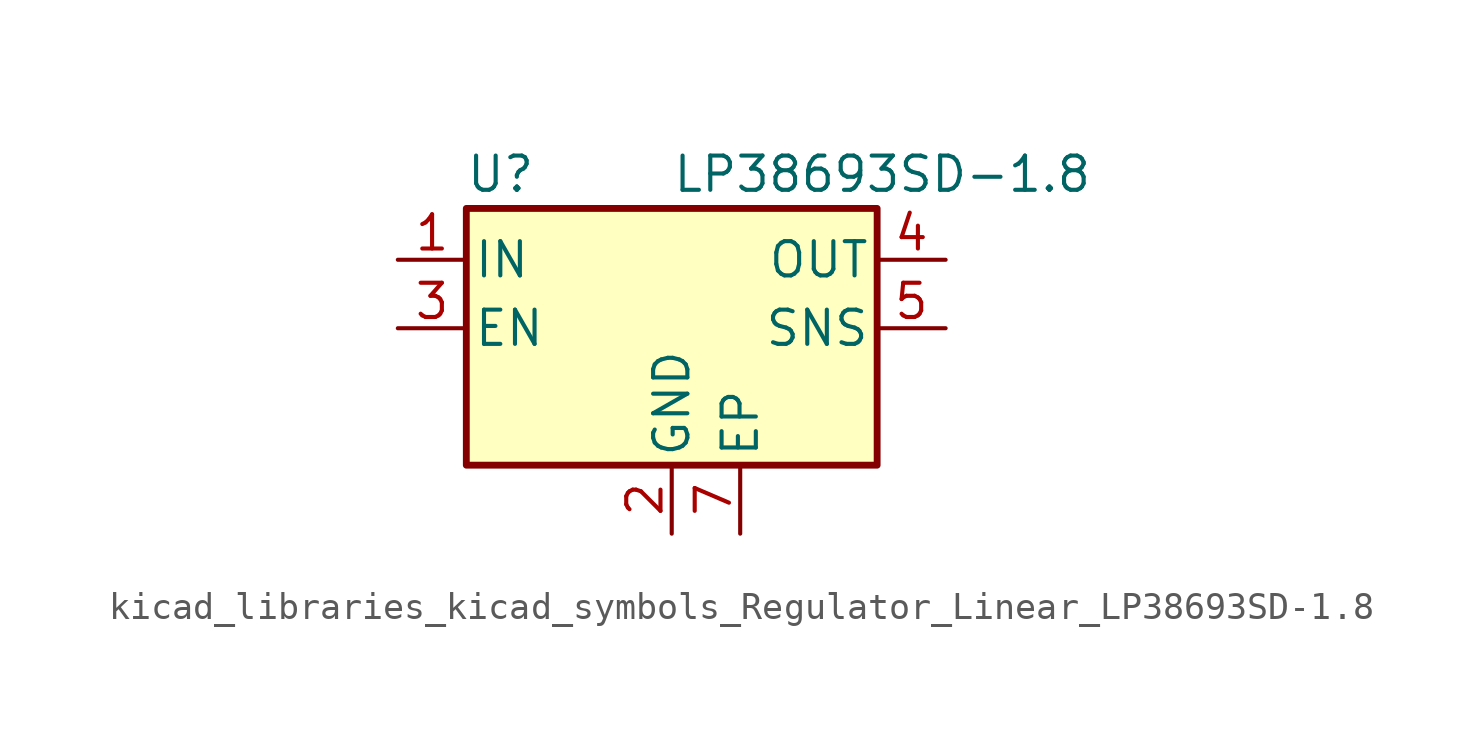
<source format=kicad_sym>
(kicad_symbol_lib
  (version 20220914)
  (generator kicad_symbol_editor)
  (symbol "kicad_libraries_kicad_symbols_Regulator_Linear_LP38693SD-1.8"
    (pin_names
      (offset 0.254))
    (property "Reference" "U"
      (at -6.35 5.715 0)
      (effects (font (size 1.27 1.27))))
    (property "Value" "LP38693SD-1.8"
      (at 0 5.715 0)
      (effects (font (size 1.27 1.27)) (justify left)))
    (symbol "kicad_libraries_kicad_symbols_Regulator_Linear_LP38693SD-1.8_0_1"
      (rectangle (start -7.62 -5.08) (end 7.62 4.445) (stroke (width 0.254) (type default)) (fill (type background))))
    (symbol "kicad_libraries_kicad_symbols_Regulator_Linear_LP38693SD-1.8_1_1"
      (pin power_in line (at -10.16 2.54 0) (length 2.54) (name "IN" (effects (font (size 1.27 1.27)))) (number "1" (effects (font (size 1.27 1.27)))))
      (pin power_in line (at 0 -7.62 90) (length 2.54) (name "GND" (effects (font (size 1.27 1.27)))) (number "2" (effects (font (size 1.27 1.27)))))
      (pin input line (at -10.16 0 0) (length 2.54) (name "EN" (effects (font (size 1.27 1.27)))) (number "3" (effects (font (size 1.27 1.27)))))
      (pin power_out line (at 10.16 2.54 180) (length 2.54) (name "OUT" (effects (font (size 1.27 1.27)))) (number "4" (effects (font (size 1.27 1.27)))))
      (pin input line (at 10.16 0 180) (length 2.54) (name "SNS" (effects (font (size 1.27 1.27)))) (number "5" (effects (font (size 1.27 1.27)))))
      (pin passive line (at -10.16 2.54 0) (length 2.54) hide (name "IN" (effects (font (size 1.27 1.27)))) (number "6" (effects (font (size 1.27 1.27)))))
      (pin passive line (at 2.54 -7.62 90) (length 2.54) (name "EP" (effects (font (size 1.27 1.27)))) (number "7" (effects (font (size 1.27 1.27))))))))
</source>
